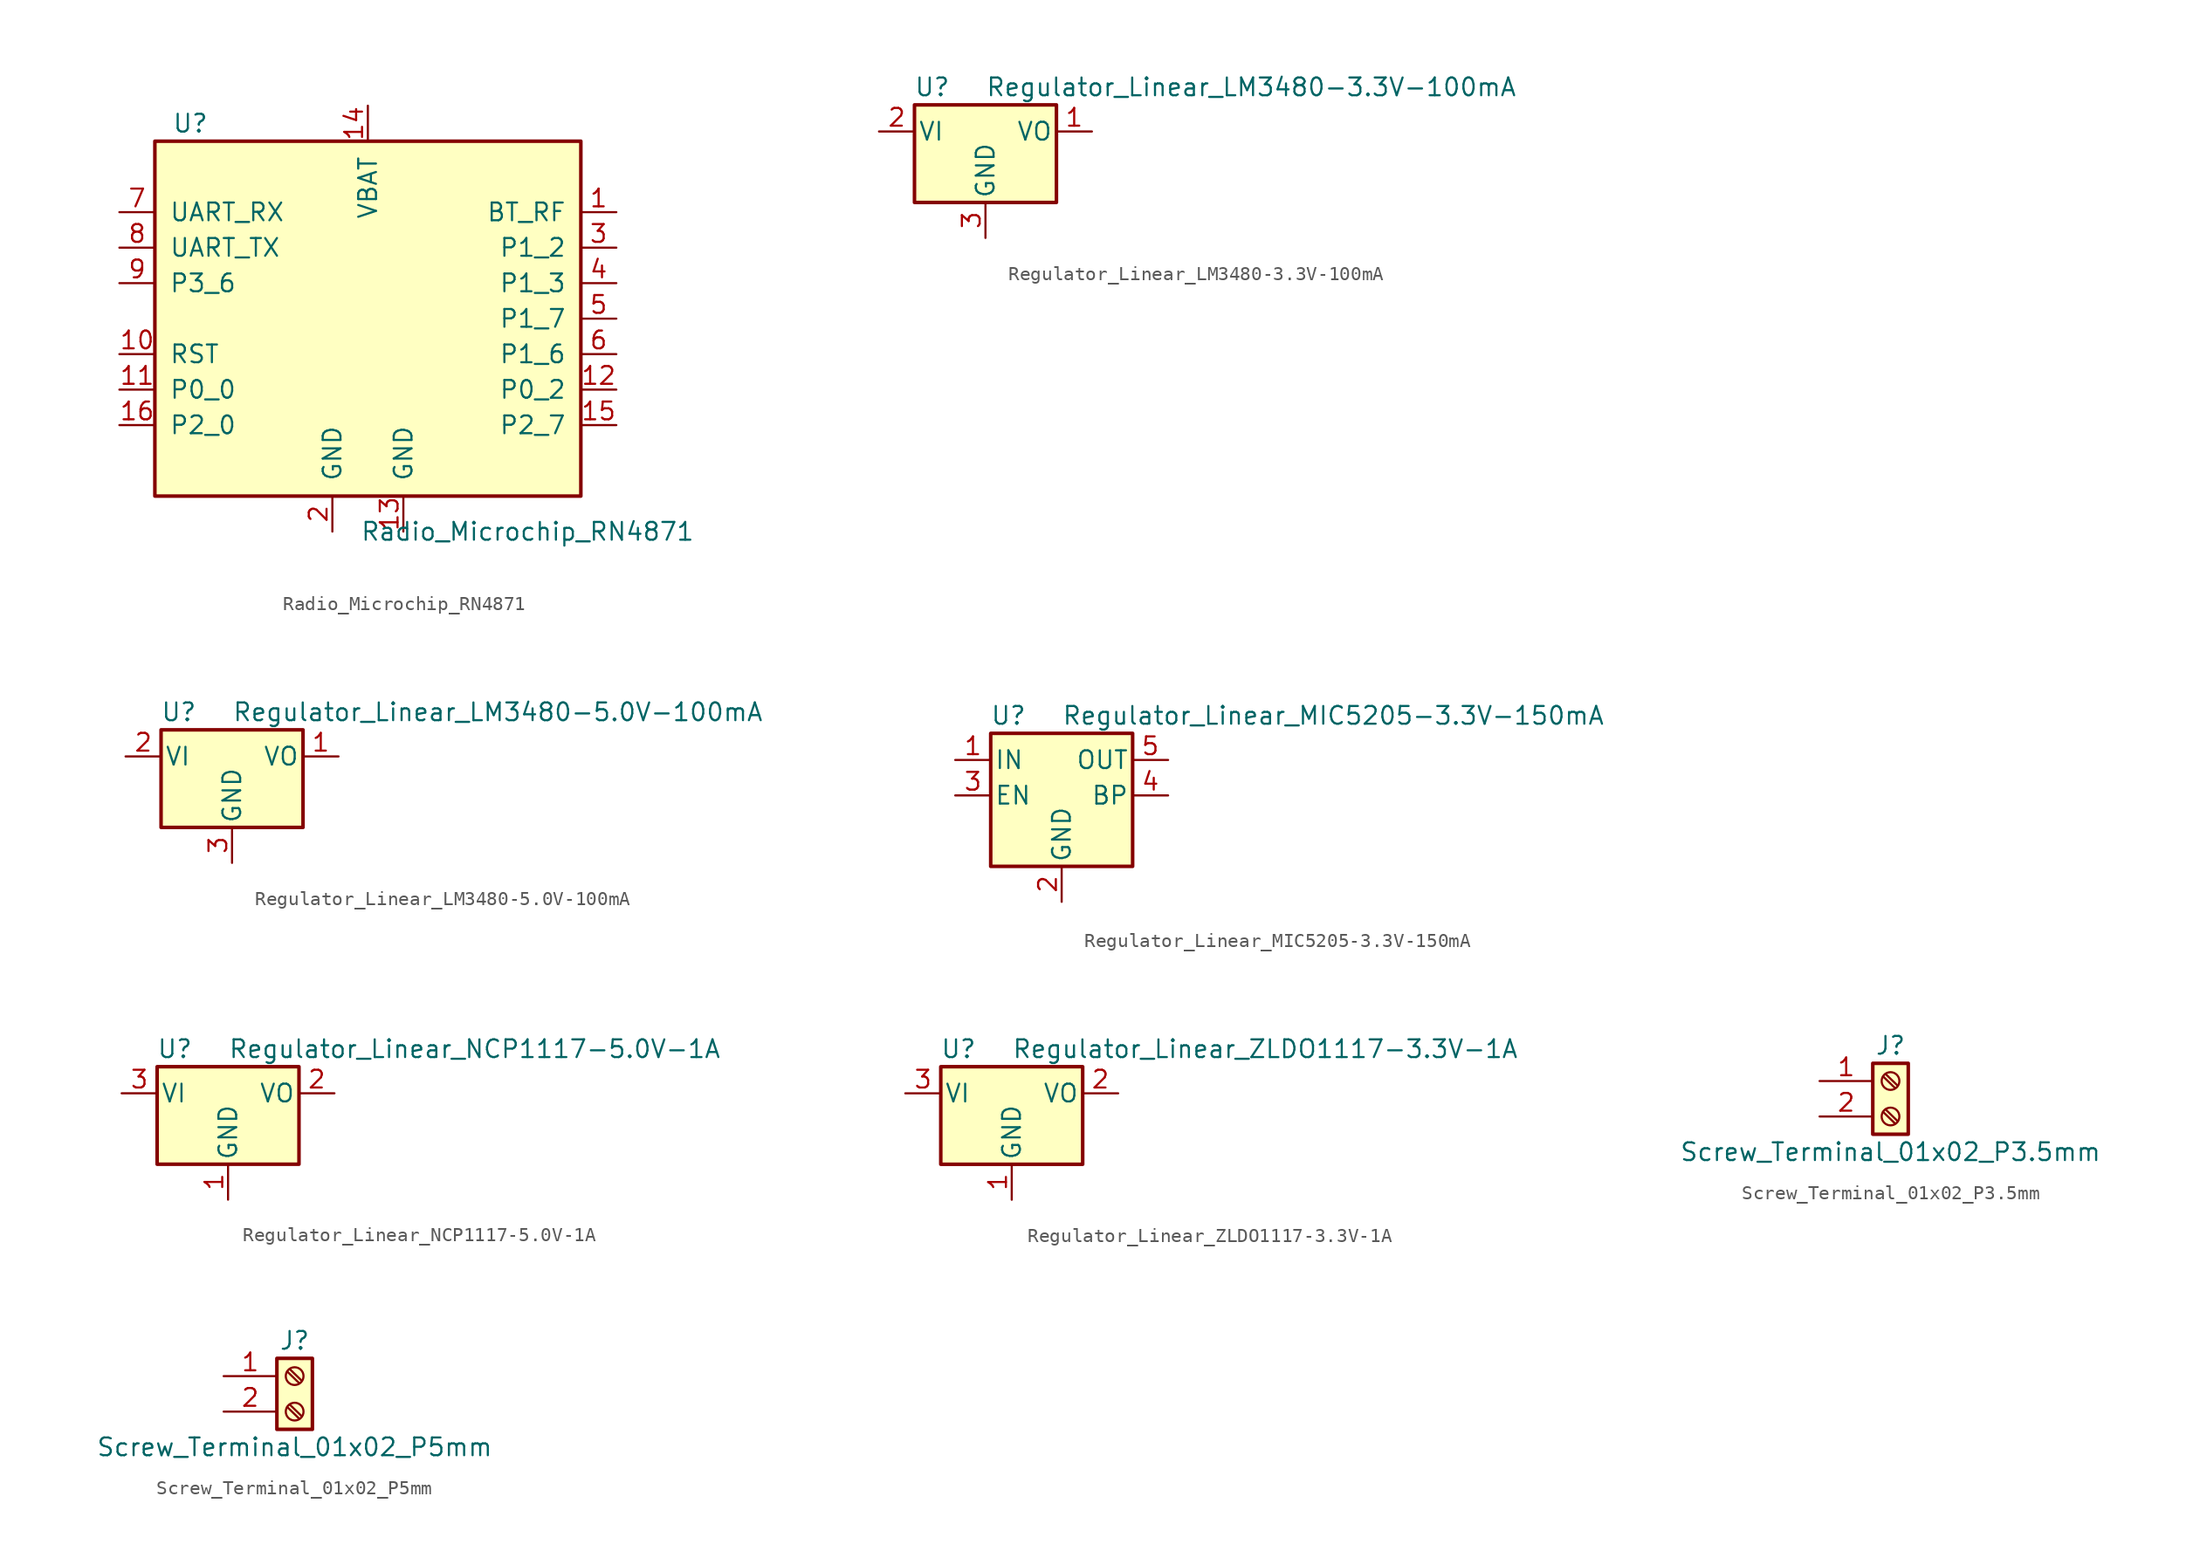
<source format=kicad_sym>
(kicad_symbol_lib
  (version 20211014)
  (generator kicad_symbol_editor)
  (symbol "Radio_Microchip_RN4871"
    (pin_names
      (offset 1.016))
    (property "Reference" "U"
      (at -12.7 13.97 0)
      (effects (font (size 1.27 1.27))))
    (property "Value" "Radio_Microchip_RN4871"
      (at 11.43 -15.24 0)
      (effects (font (size 1.27 1.27))))
    (symbol "Radio_Microchip_RN4871_0_1"
      (rectangle (start -15.24 12.7) (end 15.24 -12.7) (stroke (width 0.254) (type default) (color 0 0 0 0)) (fill (type background))))
    (symbol "Radio_Microchip_RN4871_1_1"
      (pin output line (at 17.78 7.62 180) (length 2.54) (name "BT_RF" (effects (font (size 1.27 1.27)))) (number "1" (effects (font (size 1.27 1.27)))))
      (pin input line (at -17.78 -2.54 0) (length 2.54) (name "RST" (effects (font (size 1.27 1.27)))) (number "10" (effects (font (size 1.27 1.27)))))
      (pin bidirectional line (at -17.78 -5.08 0) (length 2.54) (name "P0_0" (effects (font (size 1.27 1.27)))) (number "11" (effects (font (size 1.27 1.27)))))
      (pin bidirectional line (at 17.78 -5.08 180) (length 2.54) (name "P0_2" (effects (font (size 1.27 1.27)))) (number "12" (effects (font (size 1.27 1.27)))))
      (pin power_in line (at 2.54 -15.24 90) (length 2.54) (name "GND" (effects (font (size 1.27 1.27)))) (number "13" (effects (font (size 1.27 1.27)))))
      (pin power_in line (at 0 15.24 270) (length 2.54) (name "VBAT" (effects (font (size 1.27 1.27)))) (number "14" (effects (font (size 1.27 1.27)))))
      (pin bidirectional line (at 17.78 -7.62 180) (length 2.54) (name "P2_7" (effects (font (size 1.27 1.27)))) (number "15" (effects (font (size 1.27 1.27)))))
      (pin input line (at -17.78 -7.62 0) (length 2.54) (name "P2_0" (effects (font (size 1.27 1.27)))) (number "16" (effects (font (size 1.27 1.27)))))
      (pin power_in line (at -2.54 -15.24 90) (length 2.54) (name "GND" (effects (font (size 1.27 1.27)))) (number "2" (effects (font (size 1.27 1.27)))))
      (pin bidirectional line (at 17.78 5.08 180) (length 2.54) (name "P1_2" (effects (font (size 1.27 1.27)))) (number "3" (effects (font (size 1.27 1.27)))))
      (pin bidirectional line (at 17.78 2.54 180) (length 2.54) (name "P1_3" (effects (font (size 1.27 1.27)))) (number "4" (effects (font (size 1.27 1.27)))))
      (pin bidirectional line (at 17.78 0 180) (length 2.54) (name "P1_7" (effects (font (size 1.27 1.27)))) (number "5" (effects (font (size 1.27 1.27)))))
      (pin bidirectional line (at 17.78 -2.54 180) (length 2.54) (name "P1_6" (effects (font (size 1.27 1.27)))) (number "6" (effects (font (size 1.27 1.27)))))
      (pin input line (at -17.78 7.62 0) (length 2.54) (name "UART_RX" (effects (font (size 1.27 1.27)))) (number "7" (effects (font (size 1.27 1.27)))))
      (pin output line (at -17.78 5.08 0) (length 2.54) (name "UART_TX" (effects (font (size 1.27 1.27)))) (number "8" (effects (font (size 1.27 1.27)))))
      (pin bidirectional line (at -17.78 2.54 0) (length 2.54) (name "P3_6" (effects (font (size 1.27 1.27)))) (number "9" (effects (font (size 1.27 1.27)))))))
  (symbol "Regulator_Linear_LM3480-3.3V-100mA"
    (pin_names
      (offset 0.254))
    (property "Reference" "U"
      (at -3.81 3.175 0)
      (effects (font (size 1.27 1.27))))
    (property "Value" "Regulator_Linear_LM3480-3.3V-100mA"
      (at 0 3.175 0)
      (effects (font (size 1.27 1.27)) (justify left)))
    (symbol "Regulator_Linear_LM3480-3.3V-100mA_0_1"
      (rectangle (start -5.08 1.905) (end 5.08 -5.08) (stroke (width 0.254) (type default) (color 0 0 0 0)) (fill (type background))))
    (symbol "Regulator_Linear_LM3480-3.3V-100mA_1_1"
      (pin power_out line (at 7.62 0 180) (length 2.54) (name "VO" (effects (font (size 1.27 1.27)))) (number "1" (effects (font (size 1.27 1.27)))))
      (pin power_in line (at -7.62 0 0) (length 2.54) (name "VI" (effects (font (size 1.27 1.27)))) (number "2" (effects (font (size 1.27 1.27)))))
      (pin power_in line (at 0 -7.62 90) (length 2.54) (name "GND" (effects (font (size 1.27 1.27)))) (number "3" (effects (font (size 1.27 1.27)))))))
  (symbol "Regulator_Linear_LM3480-5.0V-100mA"
    (pin_names
      (offset 0.254))
    (property "Reference" "U"
      (at -3.81 3.175 0)
      (effects (font (size 1.27 1.27))))
    (property "Value" "Regulator_Linear_LM3480-5.0V-100mA"
      (at 0 3.175 0)
      (effects (font (size 1.27 1.27)) (justify left)))
    (symbol "Regulator_Linear_LM3480-5.0V-100mA_0_1"
      (rectangle (start -5.08 1.905) (end 5.08 -5.08) (stroke (width 0.254) (type default) (color 0 0 0 0)) (fill (type background))))
    (symbol "Regulator_Linear_LM3480-5.0V-100mA_1_1"
      (pin power_out line (at 7.62 0 180) (length 2.54) (name "VO" (effects (font (size 1.27 1.27)))) (number "1" (effects (font (size 1.27 1.27)))))
      (pin power_in line (at -7.62 0 0) (length 2.54) (name "VI" (effects (font (size 1.27 1.27)))) (number "2" (effects (font (size 1.27 1.27)))))
      (pin power_in line (at 0 -7.62 90) (length 2.54) (name "GND" (effects (font (size 1.27 1.27)))) (number "3" (effects (font (size 1.27 1.27)))))))
  (symbol "Regulator_Linear_MIC5205-3.3V-150mA"
    (pin_names
      (offset 0.254))
    (property "Reference" "U"
      (at -3.81 5.715 0)
      (effects (font (size 1.27 1.27))))
    (property "Value" "Regulator_Linear_MIC5205-3.3V-150mA"
      (at 0 5.715 0)
      (effects (font (size 1.27 1.27)) (justify left)))
    (symbol "Regulator_Linear_MIC5205-3.3V-150mA_0_1"
      (rectangle (start -5.08 4.445) (end 5.08 -5.08) (stroke (width 0.254) (type default) (color 0 0 0 0)) (fill (type background))))
    (symbol "Regulator_Linear_MIC5205-3.3V-150mA_1_1"
      (pin power_in line (at -7.62 2.54 0) (length 2.54) (name "IN" (effects (font (size 1.27 1.27)))) (number "1" (effects (font (size 1.27 1.27)))))
      (pin power_in line (at 0 -7.62 90) (length 2.54) (name "GND" (effects (font (size 1.27 1.27)))) (number "2" (effects (font (size 1.27 1.27)))))
      (pin input line (at -7.62 0 0) (length 2.54) (name "EN" (effects (font (size 1.27 1.27)))) (number "3" (effects (font (size 1.27 1.27)))))
      (pin input line (at 7.62 0 180) (length 2.54) (name "BP" (effects (font (size 1.27 1.27)))) (number "4" (effects (font (size 1.27 1.27)))))
      (pin power_out line (at 7.62 2.54 180) (length 2.54) (name "OUT" (effects (font (size 1.27 1.27)))) (number "5" (effects (font (size 1.27 1.27)))))))
  (symbol "Regulator_Linear_NCP1117-5.0V-1A"
    (pin_names
      (offset 0.254))
    (property "Reference" "U"
      (at -3.81 3.175 0)
      (effects (font (size 1.27 1.27))))
    (property "Value" "Regulator_Linear_NCP1117-5.0V-1A"
      (at 0 3.175 0)
      (effects (font (size 1.27 1.27)) (justify left)))
    (symbol "Regulator_Linear_NCP1117-5.0V-1A_0_1"
      (rectangle (start -5.08 -5.08) (end 5.08 1.905) (stroke (width 0.254) (type default) (color 0 0 0 0)) (fill (type background))))
    (symbol "Regulator_Linear_NCP1117-5.0V-1A_1_1"
      (pin power_in line (at 0 -7.62 90) (length 2.54) (name "GND" (effects (font (size 1.27 1.27)))) (number "1" (effects (font (size 1.27 1.27)))))
      (pin power_out line (at 7.62 0 180) (length 2.54) (name "VO" (effects (font (size 1.27 1.27)))) (number "2" (effects (font (size 1.27 1.27)))))
      (pin power_in line (at -7.62 0 0) (length 2.54) (name "VI" (effects (font (size 1.27 1.27)))) (number "3" (effects (font (size 1.27 1.27)))))))
  (symbol "Regulator_Linear_ZLDO1117-3.3V-1A"
    (pin_names
      (offset 0.254))
    (property "Reference" "U"
      (at -3.81 3.175 0)
      (effects (font (size 1.27 1.27))))
    (property "Value" "Regulator_Linear_ZLDO1117-3.3V-1A"
      (at 0 3.175 0)
      (effects (font (size 1.27 1.27)) (justify left)))
    (symbol "Regulator_Linear_ZLDO1117-3.3V-1A_0_1"
      (rectangle (start -5.08 -5.08) (end 5.08 1.905) (stroke (width 0.254) (type default) (color 0 0 0 0)) (fill (type background))))
    (symbol "Regulator_Linear_ZLDO1117-3.3V-1A_1_1"
      (pin power_in line (at 0 -7.62 90) (length 2.54) (name "GND" (effects (font (size 1.27 1.27)))) (number "1" (effects (font (size 1.27 1.27)))))
      (pin power_out line (at 7.62 0 180) (length 2.54) (name "VO" (effects (font (size 1.27 1.27)))) (number "2" (effects (font (size 1.27 1.27)))))
      (pin power_in line (at -7.62 0 0) (length 2.54) (name "VI" (effects (font (size 1.27 1.27)))) (number "3" (effects (font (size 1.27 1.27)))))))
  (symbol "Screw_Terminal_01x02_P3.5mm"
    (pin_names
      (offset 1.016) hide)
    (property "Reference" "J"
      (at 0 2.54 0)
      (effects (font (size 1.27 1.27))))
    (property "Value" "Screw_Terminal_01x02_P3.5mm"
      (at 0 -5.08 0)
      (effects (font (size 1.27 1.27))))
    (symbol "Screw_Terminal_01x02_P3.5mm_1_1"
      (rectangle (start -1.27 1.27) (end 1.27 -3.81) (stroke (width 0.254) (type default) (color 0 0 0 0)) (fill (type background)))
      (circle (center 0 -2.54) (radius 0.635) (stroke (width 0.152) (type default) (color 0 0 0 0)) (fill (type none)))
      (polyline (pts (xy -0.533 -2.21) (xy 0.33 -3.048)) (stroke (width 0.152) (type default) (color 0 0 0 0)) (fill (type none)))
      (polyline (pts (xy -0.533 0.33) (xy 0.33 -0.508)) (stroke (width 0.152) (type default) (color 0 0 0 0)) (fill (type none)))
      (polyline (pts (xy -0.356 -2.032) (xy 0.508 -2.87)) (stroke (width 0.152) (type default) (color 0 0 0 0)) (fill (type none)))
      (polyline (pts (xy -0.356 0.508) (xy 0.508 -0.33)) (stroke (width 0.152) (type default) (color 0 0 0 0)) (fill (type none)))
      (circle (center 0 0) (radius 0.635) (stroke (width 0.152) (type default) (color 0 0 0 0)) (fill (type none)))
      (pin passive line (at -5.08 0 0) (length 3.81) (name "Pin_1" (effects (font (size 1.27 1.27)))) (number "1" (effects (font (size 1.27 1.27)))))
      (pin passive line (at -5.08 -2.54 0) (length 3.81) (name "Pin_2" (effects (font (size 1.27 1.27)))) (number "2" (effects (font (size 1.27 1.27)))))))
  (symbol "Screw_Terminal_01x02_P5mm"
    (pin_names
      (offset 1.016) hide)
    (property "Reference" "J"
      (at 0 2.54 0)
      (effects (font (size 1.27 1.27))))
    (property "Value" "Screw_Terminal_01x02_P5mm"
      (at 0 -5.08 0)
      (effects (font (size 1.27 1.27))))
    (symbol "Screw_Terminal_01x02_P5mm_1_1"
      (rectangle (start -1.27 1.27) (end 1.27 -3.81) (stroke (width 0.254) (type default) (color 0 0 0 0)) (fill (type background)))
      (circle (center 0 -2.54) (radius 0.635) (stroke (width 0.152) (type default) (color 0 0 0 0)) (fill (type none)))
      (polyline (pts (xy -0.533 -2.21) (xy 0.33 -3.048)) (stroke (width 0.152) (type default) (color 0 0 0 0)) (fill (type none)))
      (polyline (pts (xy -0.533 0.33) (xy 0.33 -0.508)) (stroke (width 0.152) (type default) (color 0 0 0 0)) (fill (type none)))
      (polyline (pts (xy -0.356 -2.032) (xy 0.508 -2.87)) (stroke (width 0.152) (type default) (color 0 0 0 0)) (fill (type none)))
      (polyline (pts (xy -0.356 0.508) (xy 0.508 -0.33)) (stroke (width 0.152) (type default) (color 0 0 0 0)) (fill (type none)))
      (circle (center 0 0) (radius 0.635) (stroke (width 0.152) (type default) (color 0 0 0 0)) (fill (type none)))
      (pin passive line (at -5.08 0 0) (length 3.81) (name "Pin_1" (effects (font (size 1.27 1.27)))) (number "1" (effects (font (size 1.27 1.27)))))
      (pin passive line (at -5.08 -2.54 0) (length 3.81) (name "Pin_2" (effects (font (size 1.27 1.27)))) (number "2" (effects (font (size 1.27 1.27))))))))
</source>
